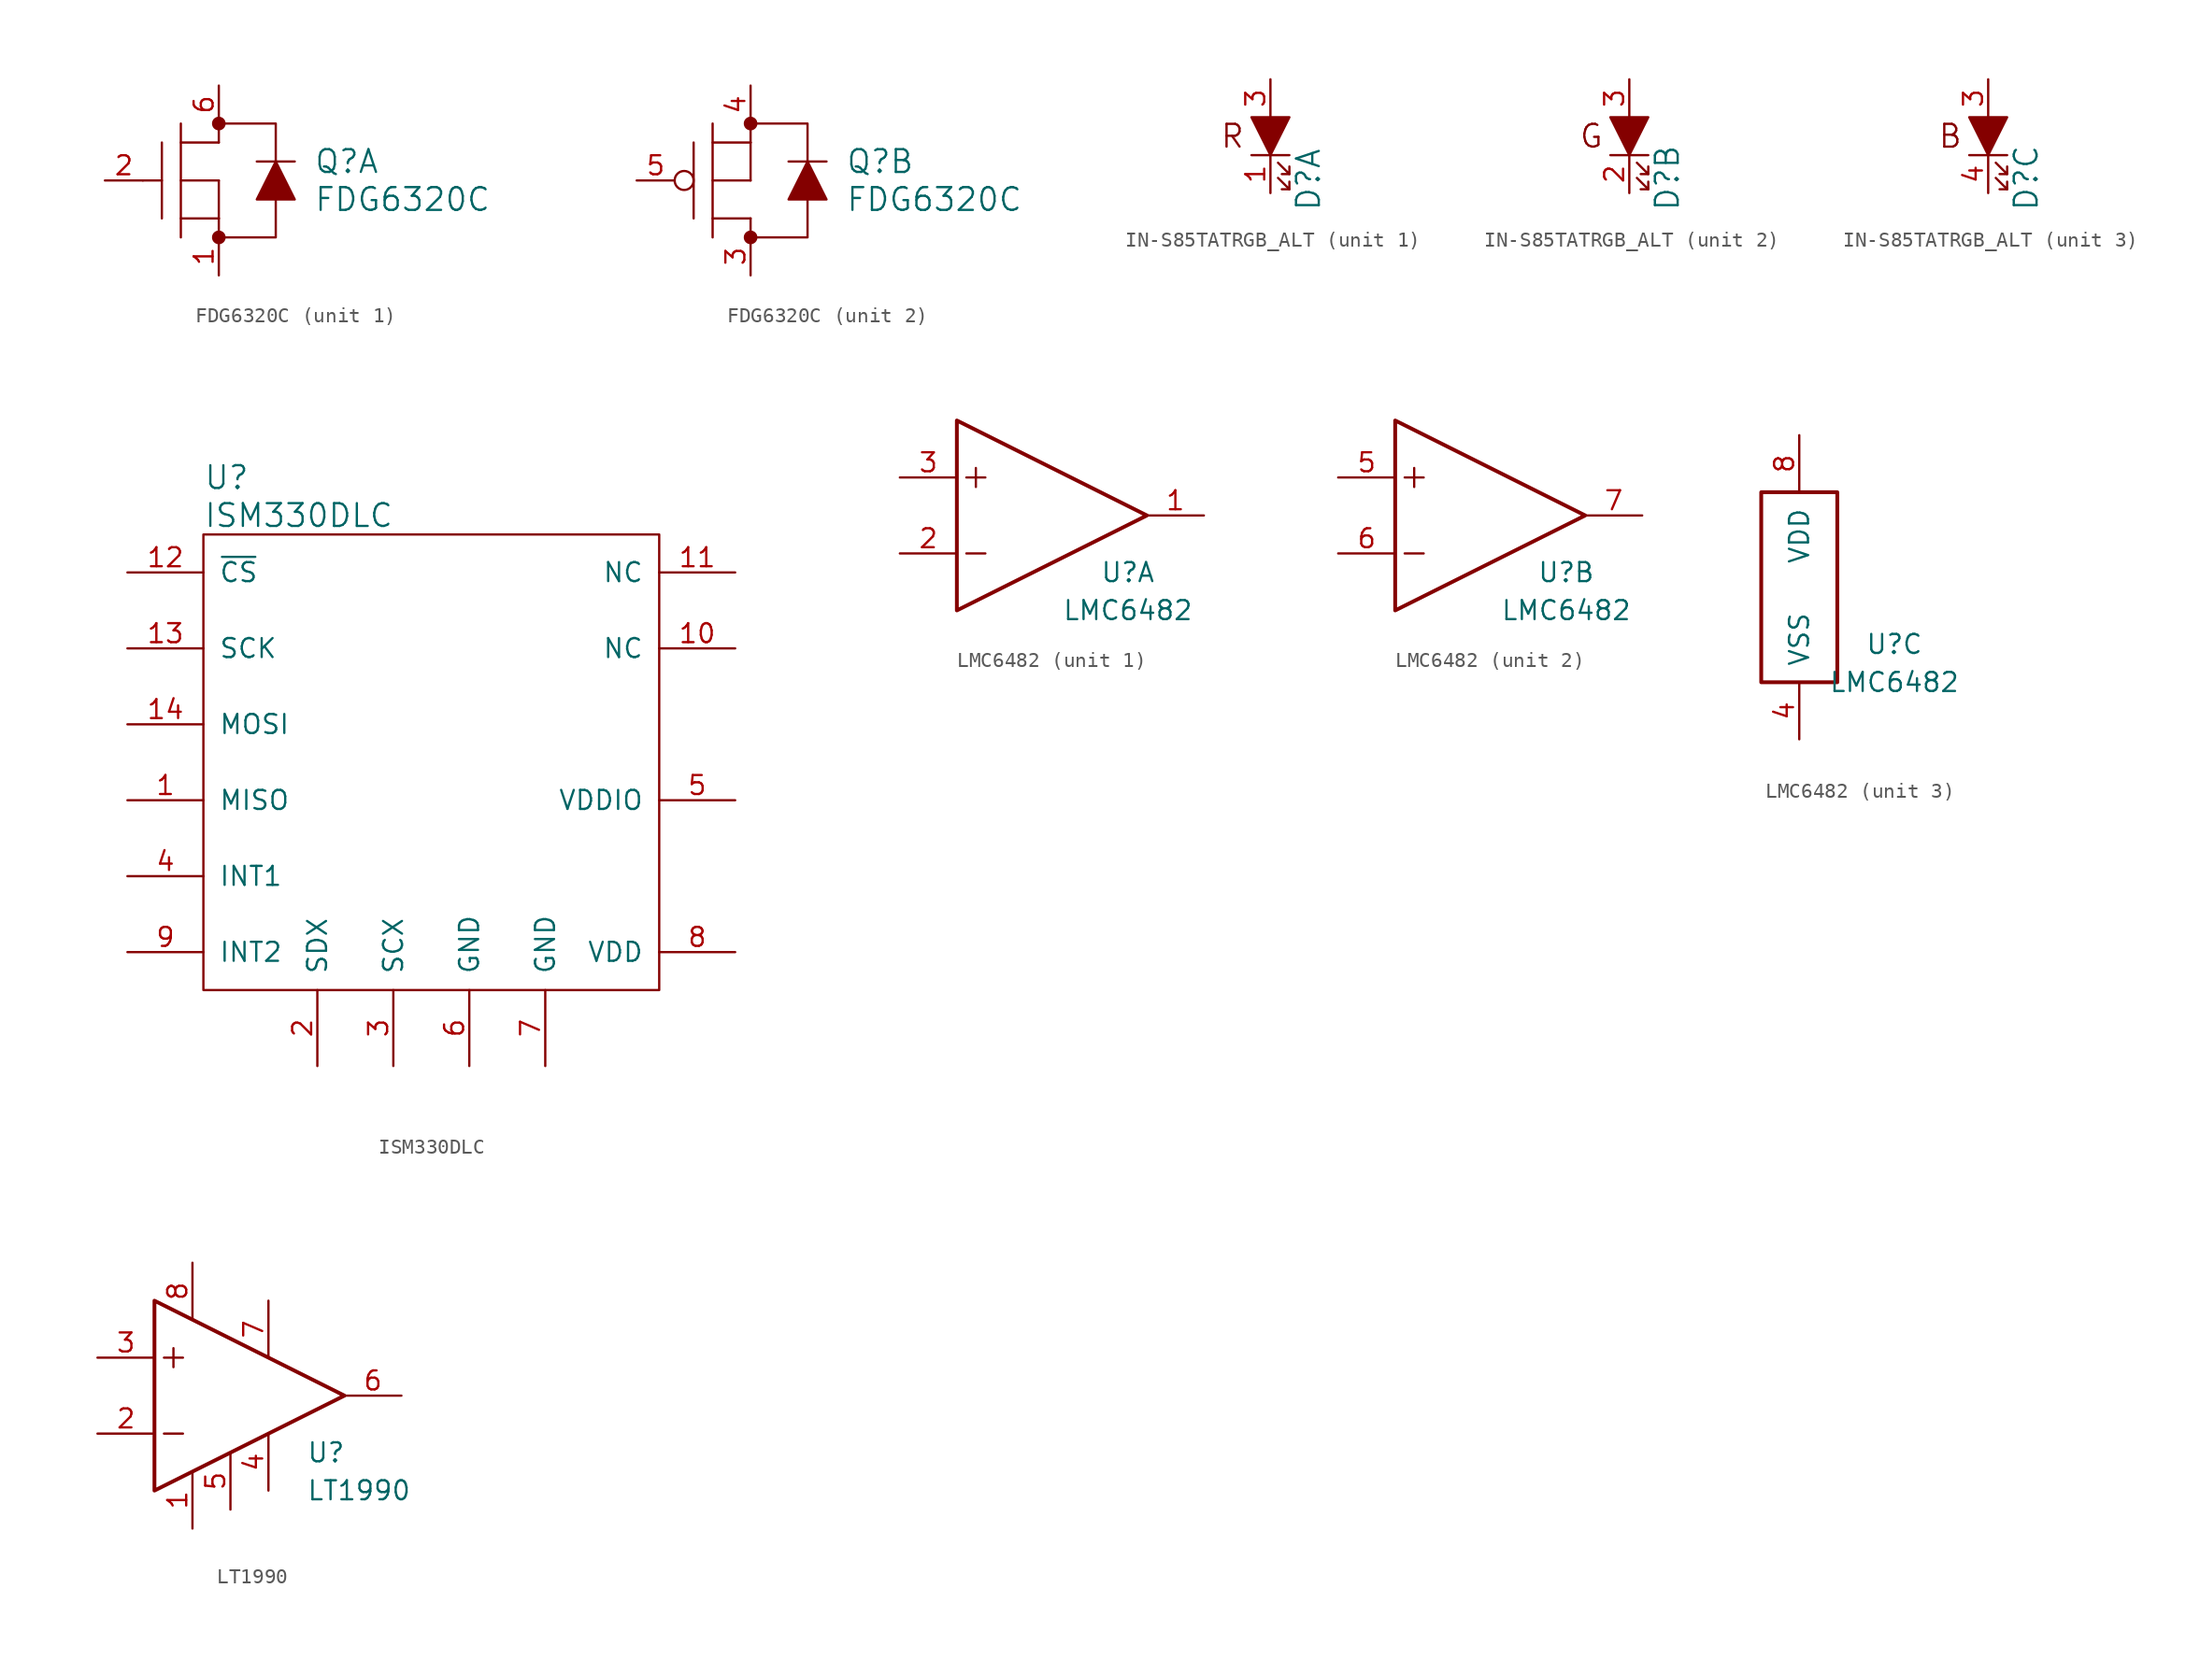
<source format=kicad_sym>
(kicad_symbol_lib
  (version 20211014)
  (generator kicad_symbol_editor)
  (symbol "FDG6320C"
    (pin_names
      (offset 1.016))
    (property "Reference" "Q"
      (at 6.35 1.27 0)
      (effects (font (size 1.524 1.524)) (justify left)))
    (property "Value" "FDG6320C"
      (at 6.35 -1.27 0)
      (effects (font (size 1.524 1.524)) (justify left)))
    (property "ki_locked" ""
      (at 0 0 0)
      (effects (font (size 1.27 1.27))))
    (symbol "FDG6320C_0_1"
      (circle (center 0 -3.81) (radius 0.381) (stroke (width 0) (type default) (color 0 0 0 0)) (fill (type outline)))
      (polyline (pts (xy -3.81 2.54) (xy -3.81 -2.54)) (stroke (width 0) (type default) (color 0 0 0 0)) (fill (type none)))
      (polyline (pts (xy -2.54 -2.54) (xy 0 -2.54)) (stroke (width 0) (type default) (color 0 0 0 0)) (fill (type none)))
      (polyline (pts (xy -2.54 0) (xy 0 0)) (stroke (width 0) (type default) (color 0 0 0 0)) (fill (type none)))
      (polyline (pts (xy -2.54 3.81) (xy -2.54 -3.81)) (stroke (width 0) (type default) (color 0 0 0 0)) (fill (type none)))
      (polyline (pts (xy 0 -2.54) (xy 0 -3.81)) (stroke (width 0) (type default) (color 0 0 0 0)) (fill (type none)))
      (polyline (pts (xy 0 2.54) (xy -2.54 2.54)) (stroke (width 0) (type default) (color 0 0 0 0)) (fill (type none)))
      (polyline (pts (xy 2.54 1.27) (xy 5.08 1.27)) (stroke (width 0) (type default) (color 0 0 0 0)) (fill (type none)))
      (polyline (pts (xy 0 -3.81) (xy 3.81 -3.81) (xy 3.81 -1.27)) (stroke (width 0) (type default) (color 0 0 0 0)) (fill (type none)))
      (polyline (pts (xy 0 2.54) (xy 0 3.81) (xy 3.81 3.81) (xy 3.81 1.27)) (stroke (width 0) (type default) (color 0 0 0 0)) (fill (type none)))
      (polyline (pts (xy 3.81 1.27) (xy 2.54 -1.27) (xy 5.08 -1.27) (xy 3.81 1.27)) (stroke (width 0) (type default) (color 0 0 0 0)) (fill (type outline)))
      (circle (center 0 3.81) (radius 0.381) (stroke (width 0) (type default) (color 0 0 0 0)) (fill (type outline))))
    (symbol "FDG6320C_1_1"
      (polyline (pts (xy -5.08 0) (xy -3.81 0)) (stroke (width 0) (type default) (color 0 0 0 0)) (fill (type none)))
      (polyline (pts (xy 0 0) (xy 0 -2.54)) (stroke (width 0) (type default) (color 0 0 0 0)) (fill (type none)))
      (pin input line (at 0 -6.35 90) (length 2.54) (name "~" (effects (font (size 1.27 1.27)))) (number "1" (effects (font (size 1.27 1.27)))))
      (pin input line (at -7.62 0 0) (length 2.54) (name "~" (effects (font (size 1.27 1.27)))) (number "2" (effects (font (size 1.27 1.27)))))
      (pin input line (at 0 6.35 270) (length 2.54) (name "~" (effects (font (size 1.27 1.27)))) (number "6" (effects (font (size 1.27 1.27))))))
    (symbol "FDG6320C_2_1"
      (circle (center -4.445 0) (radius 0.635) (stroke (width 0) (type default) (color 0 0 0 0)) (fill (type none)))
      (polyline (pts (xy 0 0) (xy 0 2.54)) (stroke (width 0) (type default) (color 0 0 0 0)) (fill (type none)))
      (pin input line (at 0 -6.35 90) (length 2.54) (name "~" (effects (font (size 1.27 1.27)))) (number "3" (effects (font (size 1.27 1.27)))))
      (pin input line (at 0 6.35 270) (length 2.54) (name "~" (effects (font (size 1.27 1.27)))) (number "4" (effects (font (size 1.27 1.27)))))
      (pin input line (at -7.62 0 0) (length 2.54) (name "~" (effects (font (size 1.27 1.27)))) (number "5" (effects (font (size 1.27 1.27)))))))
  (symbol "IN-S85TATRGB_ALT"
    (pin_names
      (offset 1.016))
    (property "Reference" "D"
      (at 2.54 -5.08 90)
      (effects (font (size 1.524 1.524)) (justify left)))
    (property "ki_locked" ""
      (at 0 0 0)
      (effects (font (size 1.27 1.27))))
    (symbol "IN-S85TATRGB_ALT_0_1"
      (polyline (pts (xy -1.27 -1.27) (xy 1.27 -1.27)) (stroke (width 0) (type default) (color 0 0 0 0)) (fill (type none)))
      (polyline (pts (xy 1.27 -3.556) (xy 0.762 -3.556)) (stroke (width 0) (type default) (color 0 0 0 0)) (fill (type none)))
      (polyline (pts (xy 1.27 -2.54) (xy 0.762 -2.54)) (stroke (width 0) (type default) (color 0 0 0 0)) (fill (type none)))
      (polyline (pts (xy 0.508 -2.794) (xy 1.27 -3.556) (xy 1.27 -3.048)) (stroke (width 0) (type default) (color 0 0 0 0)) (fill (type none)))
      (polyline (pts (xy 0.508 -1.778) (xy 1.27 -2.54) (xy 1.27 -2.032)) (stroke (width 0) (type default) (color 0 0 0 0)) (fill (type none)))
      (polyline (pts (xy -1.27 1.27) (xy 1.27 1.27) (xy 0 -1.27) (xy -1.27 1.27)) (stroke (width 0) (type default) (color 0 0 0 0)) (fill (type outline)))
      (pin input line (at 0 3.81 270) (length 2.54) (name "~" (effects (font (size 1.27 1.27)))) (number "3" (effects (font (size 1.27 1.27))))))
    (symbol "IN-S85TATRGB_ALT_1_0"
      (text "R" (at -2.54 0 0) (effects (font (size 1.524 1.524)))))
    (symbol "IN-S85TATRGB_ALT_1_1"
      (pin input line (at 0 -3.81 90) (length 2.54) (name "~" (effects (font (size 1.27 1.27)))) (number "1" (effects (font (size 1.27 1.27))))))
    (symbol "IN-S85TATRGB_ALT_2_0"
      (text "G" (at -2.54 0 0) (effects (font (size 1.524 1.524)))))
    (symbol "IN-S85TATRGB_ALT_2_1"
      (pin input line (at 0 -3.81 90) (length 2.54) (name "~" (effects (font (size 1.27 1.27)))) (number "2" (effects (font (size 1.27 1.27))))))
    (symbol "IN-S85TATRGB_ALT_3_0"
      (text "B" (at -2.54 0 0) (effects (font (size 1.524 1.524)))))
    (symbol "IN-S85TATRGB_ALT_3_1"
      (pin input line (at 0 -3.81 90) (length 2.54) (name "~" (effects (font (size 1.27 1.27)))) (number "4" (effects (font (size 1.27 1.27)))))))
  (symbol "ISM330DLC"
    (pin_names
      (offset 1.016))
    (property "Reference" "U"
      (at -15.24 19.05 0)
      (effects (font (size 1.524 1.524)) (justify left)))
    (property "Value" "ISM330DLC"
      (at -15.24 16.51 0)
      (effects (font (size 1.524 1.524)) (justify left)))
    (symbol "ISM330DLC_0_1"
      (rectangle (start -15.24 15.24) (end 15.24 -15.24) (stroke (width 0) (type default) (color 0 0 0 0)) (fill (type none))))
    (symbol "ISM330DLC_1_1"
      (pin input line (at -20.32 -2.54 0) (length 5.08) (name "MISO" (effects (font (size 1.27 1.27)))) (number "1" (effects (font (size 1.27 1.27)))))
      (pin input line (at 20.32 7.62 180) (length 5.08) (name "NC" (effects (font (size 1.27 1.27)))) (number "10" (effects (font (size 1.27 1.27)))))
      (pin input line (at 20.32 12.7 180) (length 5.08) (name "NC" (effects (font (size 1.27 1.27)))) (number "11" (effects (font (size 1.27 1.27)))))
      (pin input line (at -20.32 12.7 0) (length 5.08) (name "~{CS}" (effects (font (size 1.27 1.27)))) (number "12" (effects (font (size 1.27 1.27)))))
      (pin input line (at -20.32 7.62 0) (length 5.08) (name "SCK" (effects (font (size 1.27 1.27)))) (number "13" (effects (font (size 1.27 1.27)))))
      (pin input line (at -20.32 2.54 0) (length 5.08) (name "MOSI" (effects (font (size 1.27 1.27)))) (number "14" (effects (font (size 1.27 1.27)))))
      (pin input line (at -7.62 -20.32 90) (length 5.08) (name "SDX" (effects (font (size 1.27 1.27)))) (number "2" (effects (font (size 1.27 1.27)))))
      (pin input line (at -2.54 -20.32 90) (length 5.08) (name "SCX" (effects (font (size 1.27 1.27)))) (number "3" (effects (font (size 1.27 1.27)))))
      (pin input line (at -20.32 -7.62 0) (length 5.08) (name "INT1" (effects (font (size 1.27 1.27)))) (number "4" (effects (font (size 1.27 1.27)))))
      (pin input line (at 20.32 -2.54 180) (length 5.08) (name "VDDIO" (effects (font (size 1.27 1.27)))) (number "5" (effects (font (size 1.27 1.27)))))
      (pin input line (at 2.54 -20.32 90) (length 5.08) (name "GND" (effects (font (size 1.27 1.27)))) (number "6" (effects (font (size 1.27 1.27)))))
      (pin input line (at 7.62 -20.32 90) (length 5.08) (name "GND" (effects (font (size 1.27 1.27)))) (number "7" (effects (font (size 1.27 1.27)))))
      (pin input line (at 20.32 -12.7 180) (length 5.08) (name "VDD" (effects (font (size 1.27 1.27)))) (number "8" (effects (font (size 1.27 1.27)))))
      (pin input line (at -20.32 -12.7 0) (length 5.08) (name "INT2" (effects (font (size 1.27 1.27)))) (number "9" (effects (font (size 1.27 1.27)))))))
  (symbol "LMC6482"
    (pin_names
      (offset 1.016))
    (property "Reference" "U"
      (at 6.35 -3.81 0)
      (effects (font (size 1.27 1.27))))
    (property "Value" "LMC6482"
      (at 6.35 -6.35 0)
      (effects (font (size 1.27 1.27))))
    (property "ki_locked" ""
      (at 0 0 0)
      (effects (font (size 1.27 1.27))))
    (symbol "LMC6482_1_1"
      (polyline (pts (xy -4.445 -2.54) (xy -3.175 -2.54)) (stroke (width 0) (type default) (color 0 0 0 0)) (fill (type none)))
      (polyline (pts (xy -4.445 2.54) (xy -3.175 2.54)) (stroke (width 0) (type default) (color 0 0 0 0)) (fill (type none)))
      (polyline (pts (xy -3.81 3.175) (xy -3.81 1.905)) (stroke (width 0) (type default) (color 0 0 0 0)) (fill (type none)))
      (polyline (pts (xy -5.08 0) (xy -5.08 6.35) (xy 7.62 0) (xy -5.08 -6.35) (xy -5.08 0)) (stroke (width 0.254) (type default) (color 0 0 0 0)) (fill (type none)))
      (pin output line (at 11.43 0 180) (length 3.81) (name "~" (effects (font (size 1.27 1.27)))) (number "1" (effects (font (size 1.27 1.27)))))
      (pin input line (at -8.89 -2.54 0) (length 3.81) (name "~" (effects (font (size 1.27 1.27)))) (number "2" (effects (font (size 1.27 1.27)))))
      (pin input line (at -8.89 2.54 0) (length 3.81) (name "~" (effects (font (size 1.27 1.27)))) (number "3" (effects (font (size 1.27 1.27))))))
    (symbol "LMC6482_2_1"
      (polyline (pts (xy -4.445 -2.54) (xy -3.175 -2.54)) (stroke (width 0) (type default) (color 0 0 0 0)) (fill (type none)))
      (polyline (pts (xy -4.445 2.54) (xy -3.175 2.54)) (stroke (width 0) (type default) (color 0 0 0 0)) (fill (type none)))
      (polyline (pts (xy -3.81 3.175) (xy -3.81 1.905)) (stroke (width 0) (type default) (color 0 0 0 0)) (fill (type none)))
      (polyline (pts (xy -5.08 0) (xy -5.08 6.35) (xy 7.62 0) (xy -5.08 -6.35) (xy -5.08 0)) (stroke (width 0.254) (type default) (color 0 0 0 0)) (fill (type none)))
      (pin output line (at -8.89 2.54 0) (length 3.81) (name "~" (effects (font (size 1.27 1.27)))) (number "5" (effects (font (size 1.27 1.27)))))
      (pin output line (at -8.89 -2.54 0) (length 3.81) (name "~" (effects (font (size 1.27 1.27)))) (number "6" (effects (font (size 1.27 1.27)))))
      (pin output line (at 11.43 0 180) (length 3.81) (name "~" (effects (font (size 1.27 1.27)))) (number "7" (effects (font (size 1.27 1.27))))))
    (symbol "LMC6482_3_1"
      (rectangle (start 2.54 -6.35) (end -2.54 6.35) (stroke (width 0.254) (type default) (color 0 0 0 0)) (fill (type none)))
      (pin power_in line (at 0 -10.16 90) (length 3.81) (name "VSS" (effects (font (size 1.27 1.27)))) (number "4" (effects (font (size 1.27 1.27)))))
      (pin power_in line (at 0 10.16 270) (length 3.81) (name "VDD" (effects (font (size 1.27 1.27)))) (number "8" (effects (font (size 1.27 1.27)))))))
  (symbol "LT1990"
    (property "Reference" "U"
      (at 5.08 -3.81 0)
      (effects (font (size 1.27 1.27)) (justify left)))
    (property "Value" "LT1990"
      (at 5.08 -6.35 0)
      (effects (font (size 1.27 1.27)) (justify left)))
    (symbol "LT1990_0_1"
      (polyline (pts (xy -4.445 -2.54) (xy -3.175 -2.54)) (stroke (width 0) (type default) (color 0 0 0 0)) (fill (type none)))
      (polyline (pts (xy -4.445 2.54) (xy -3.175 2.54)) (stroke (width 0) (type default) (color 0 0 0 0)) (fill (type none)))
      (polyline (pts (xy -3.81 3.175) (xy -3.81 1.905)) (stroke (width 0) (type default) (color 0 0 0 0)) (fill (type none)))
      (polyline (pts (xy -5.08 6.35) (xy 7.62 0) (xy -5.08 -6.35) (xy -5.08 6.35)) (stroke (width 0.254) (type default) (color 0 0 0 0)) (fill (type none)))
      (pin passive line (at 2.54 -6.35 90) (length 3.81) (name "~" (effects (font (size 1.27 1.27)))) (number "4" (effects (font (size 1.27 1.27)))))
      (pin passive line (at 2.54 6.35 270) (length 3.81) (name "~" (effects (font (size 1.27 1.27)))) (number "7" (effects (font (size 1.27 1.27))))))
    (symbol "LT1990_1_1"
      (pin passive line (at -2.54 -8.89 90) (length 3.81) (name "~" (effects (font (size 1.27 1.27)))) (number "1" (effects (font (size 1.27 1.27)))))
      (pin passive line (at -8.89 -2.54 0) (length 3.81) (name "~" (effects (font (size 1.905 1.905)))) (number "2" (effects (font (size 1.27 1.27)))))
      (pin passive line (at -8.89 2.54 0) (length 3.81) (name "~" (effects (font (size 1.905 1.905)))) (number "3" (effects (font (size 1.27 1.27)))))
      (pin passive line (at 0 -7.62 90) (length 3.81) (name "~" (effects (font (size 1.27 1.27)))) (number "5" (effects (font (size 1.27 1.27)))))
      (pin passive line (at 11.43 0 180) (length 3.81) (name "~" (effects (font (size 1.27 1.27)))) (number "6" (effects (font (size 1.27 1.27)))))
      (pin passive line (at -2.54 8.89 270) (length 3.81) (name "~" (effects (font (size 1.27 1.27)))) (number "8" (effects (font (size 1.27 1.27))))))))
</source>
